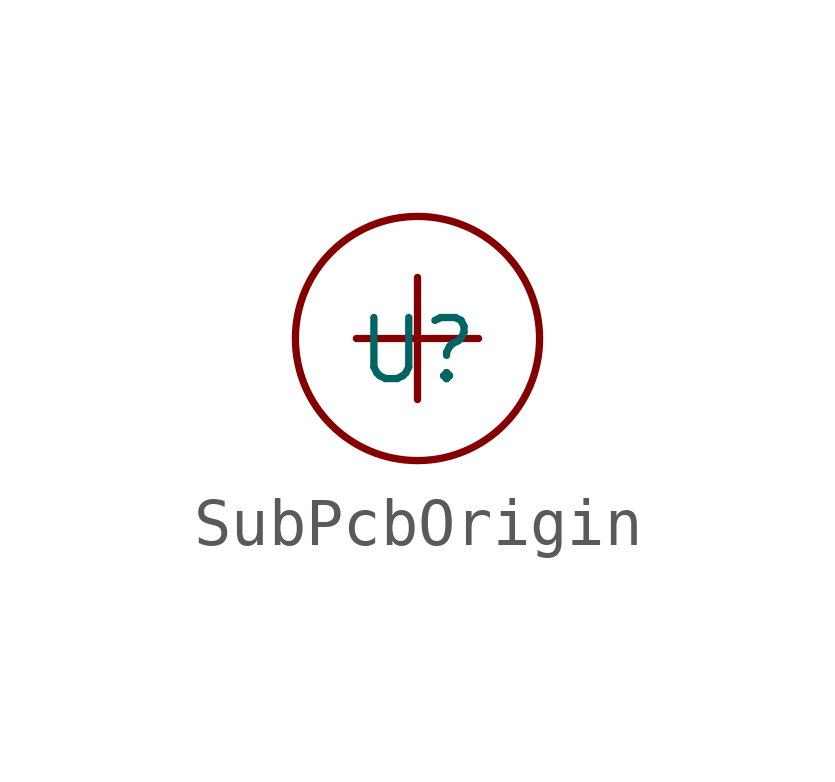
<source format=kicad_sym>
(kicad_symbol_lib
  (version 20231120)
  (generator "kicad_symbol_editor")
  (generator_version "8.0")
  (symbol "SubPcbOrigin"
    (property "Reference" "U"
      (at 0 -0.254 0)
      (effects (font (size 1.27 1.27))))
    (property "Value" ""
      (at 0 0 0)
      (effects (font (size 1.27 1.27))))
    (symbol "SubPcbOrigin_0_1"
      (polyline (pts (xy -1.27 0) (xy 1.27 0)) (stroke (width 0) (type default)) (fill (type none)))
      (polyline (pts (xy 0 -1.27) (xy 0 1.27)) (stroke (width 0) (type default)) (fill (type none)))
      (circle (center 0 0) (radius 2.54) (stroke (width 0) (type default)) (fill (type none))))))
</source>
